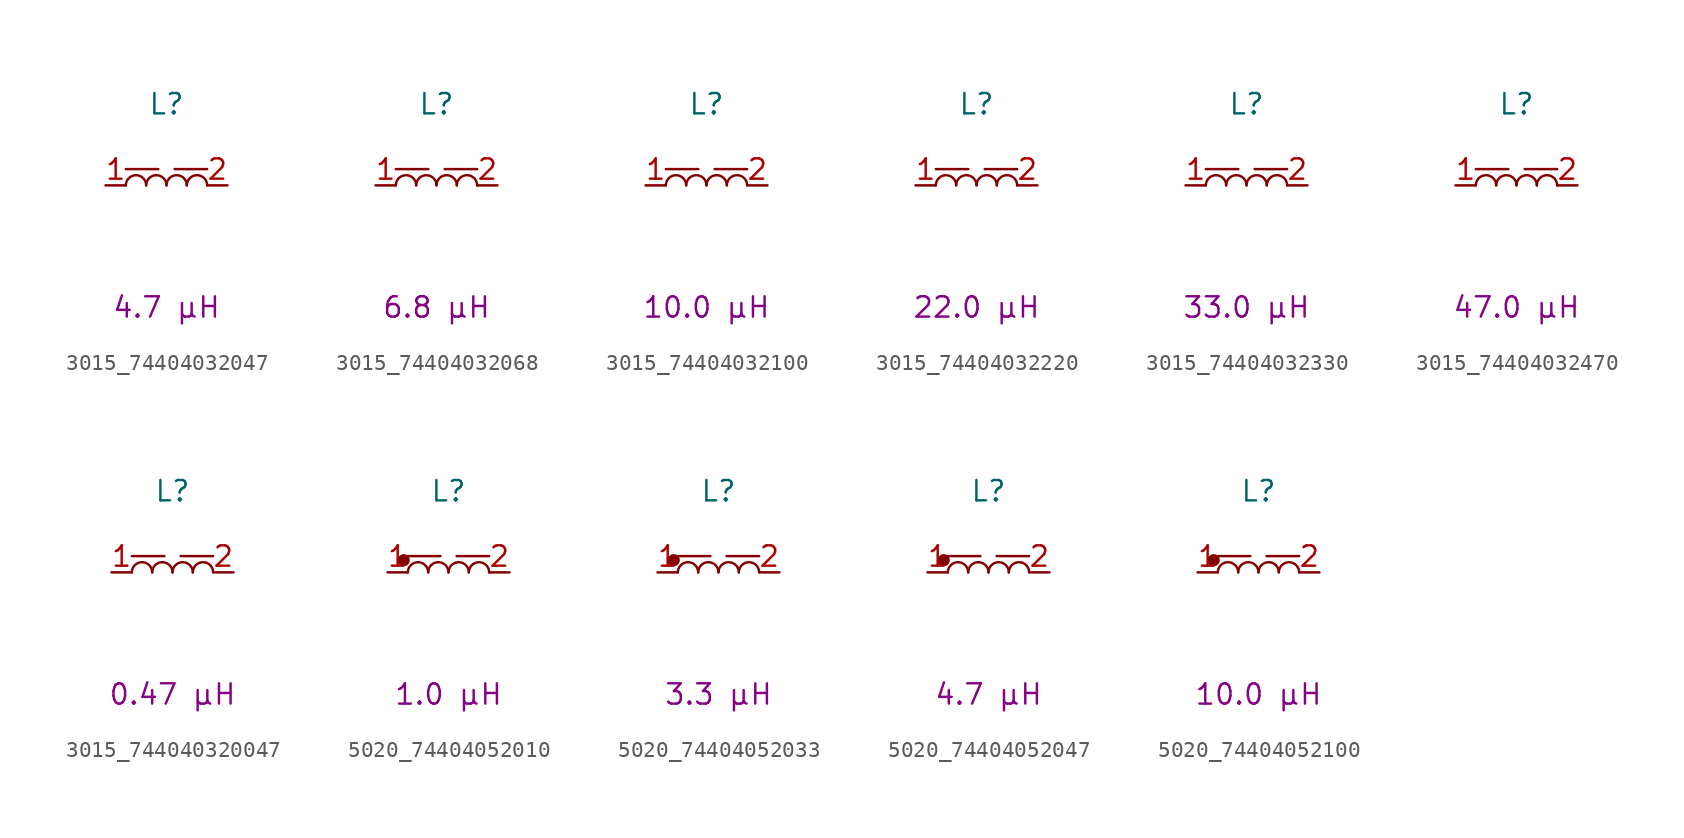
<source format=kicad_sym>
(kicad_symbol_lib
  (version 20220914)
  (generator kicad_symbol_editor)
  (symbol "3015_74404032047"
    (pin_names hide)
    (property "Reference" "L"
      (at 0 5.08 0)
      (effects (font (size 1.27 1.27))))
    (property "Critical Parameter" "4.7 µH"
      (at 0 -7.62 0)
      (effects (font (size 1.27 1.27))))
    (symbol "3015_74404032047_0_1"
      (arc (start -1.27 0) (mid -1.905 0.6323) (end -2.54 0) (stroke (width 0) (type default)) (fill (type none)))
      (arc (start 0 0) (mid -0.635 0.6323) (end -1.27 0) (stroke (width 0) (type default)) (fill (type none)))
      (polyline (pts (xy -2.54 1.016) (xy -0.508 1.016)) (stroke (width 0) (type default)) (fill (type none)))
      (arc (start 1.27 0) (mid 0.635 0.6323) (end 0 0) (stroke (width 0) (type default)) (fill (type none)))
      (arc (start 2.54 0) (mid 1.905 0.6323) (end 1.27 0) (stroke (width 0) (type default)) (fill (type none))))
    (symbol "3015_74404032047_1_1"
      (polyline (pts (xy 2.54 1.016) (xy 0.508 1.016)) (stroke (width 0) (type default)) (fill (type none)))
      (pin passive line (at -3.81 0 0) (length 1.27) (name "1" (effects (font (size 1.27 1.27)))) (number "1" (effects (font (size 1.27 1.27)))))
      (pin passive line (at 3.81 0 180) (length 1.27) (name "2" (effects (font (size 1.27 1.27)))) (number "2" (effects (font (size 1.27 1.27)))))))
  (symbol "3015_74404032068"
    (pin_names hide)
    (property "Reference" "L"
      (at 0 5.08 0)
      (effects (font (size 1.27 1.27))))
    (property "Critical Parameter" "6.8 µH"
      (at 0 -7.62 0)
      (effects (font (size 1.27 1.27))))
    (symbol "3015_74404032068_0_1"
      (arc (start -1.27 0) (mid -1.905 0.6323) (end -2.54 0) (stroke (width 0) (type default)) (fill (type none)))
      (arc (start 0 0) (mid -0.635 0.6323) (end -1.27 0) (stroke (width 0) (type default)) (fill (type none)))
      (polyline (pts (xy -2.54 1.016) (xy -0.508 1.016)) (stroke (width 0) (type default)) (fill (type none)))
      (arc (start 1.27 0) (mid 0.635 0.6323) (end 0 0) (stroke (width 0) (type default)) (fill (type none)))
      (arc (start 2.54 0) (mid 1.905 0.6323) (end 1.27 0) (stroke (width 0) (type default)) (fill (type none))))
    (symbol "3015_74404032068_1_1"
      (polyline (pts (xy 2.54 1.016) (xy 0.508 1.016)) (stroke (width 0) (type default)) (fill (type none)))
      (pin passive line (at -3.81 0 0) (length 1.27) (name "1" (effects (font (size 1.27 1.27)))) (number "1" (effects (font (size 1.27 1.27)))))
      (pin passive line (at 3.81 0 180) (length 1.27) (name "2" (effects (font (size 1.27 1.27)))) (number "2" (effects (font (size 1.27 1.27)))))))
  (symbol "3015_74404032100"
    (pin_names hide)
    (property "Reference" "L"
      (at 0 5.08 0)
      (effects (font (size 1.27 1.27))))
    (property "Critical Parameter" "10.0 µH"
      (at 0 -7.62 0)
      (effects (font (size 1.27 1.27))))
    (symbol "3015_74404032100_0_1"
      (arc (start -1.27 0) (mid -1.905 0.6323) (end -2.54 0) (stroke (width 0) (type default)) (fill (type none)))
      (arc (start 0 0) (mid -0.635 0.6323) (end -1.27 0) (stroke (width 0) (type default)) (fill (type none)))
      (polyline (pts (xy -2.54 1.016) (xy -0.508 1.016)) (stroke (width 0) (type default)) (fill (type none)))
      (arc (start 1.27 0) (mid 0.635 0.6323) (end 0 0) (stroke (width 0) (type default)) (fill (type none)))
      (arc (start 2.54 0) (mid 1.905 0.6323) (end 1.27 0) (stroke (width 0) (type default)) (fill (type none))))
    (symbol "3015_74404032100_1_1"
      (polyline (pts (xy 2.54 1.016) (xy 0.508 1.016)) (stroke (width 0) (type default)) (fill (type none)))
      (pin passive line (at -3.81 0 0) (length 1.27) (name "1" (effects (font (size 1.27 1.27)))) (number "1" (effects (font (size 1.27 1.27)))))
      (pin passive line (at 3.81 0 180) (length 1.27) (name "2" (effects (font (size 1.27 1.27)))) (number "2" (effects (font (size 1.27 1.27)))))))
  (symbol "3015_74404032220"
    (pin_names hide)
    (property "Reference" "L"
      (at 0 5.08 0)
      (effects (font (size 1.27 1.27))))
    (property "Critical Parameter" "22.0 µH"
      (at 0 -7.62 0)
      (effects (font (size 1.27 1.27))))
    (symbol "3015_74404032220_0_1"
      (arc (start -1.27 0) (mid -1.905 0.6323) (end -2.54 0) (stroke (width 0) (type default)) (fill (type none)))
      (arc (start 0 0) (mid -0.635 0.6323) (end -1.27 0) (stroke (width 0) (type default)) (fill (type none)))
      (polyline (pts (xy -2.54 1.016) (xy -0.508 1.016)) (stroke (width 0) (type default)) (fill (type none)))
      (arc (start 1.27 0) (mid 0.635 0.6323) (end 0 0) (stroke (width 0) (type default)) (fill (type none)))
      (arc (start 2.54 0) (mid 1.905 0.6323) (end 1.27 0) (stroke (width 0) (type default)) (fill (type none))))
    (symbol "3015_74404032220_1_1"
      (polyline (pts (xy 2.54 1.016) (xy 0.508 1.016)) (stroke (width 0) (type default)) (fill (type none)))
      (pin passive line (at -3.81 0 0) (length 1.27) (name "1" (effects (font (size 1.27 1.27)))) (number "1" (effects (font (size 1.27 1.27)))))
      (pin passive line (at 3.81 0 180) (length 1.27) (name "2" (effects (font (size 1.27 1.27)))) (number "2" (effects (font (size 1.27 1.27)))))))
  (symbol "3015_74404032330"
    (pin_names hide)
    (property "Reference" "L"
      (at 0 5.08 0)
      (effects (font (size 1.27 1.27))))
    (property "Critical Parameter" "33.0 µH"
      (at 0 -7.62 0)
      (effects (font (size 1.27 1.27))))
    (symbol "3015_74404032330_0_1"
      (arc (start -1.27 0) (mid -1.905 0.6323) (end -2.54 0) (stroke (width 0) (type default)) (fill (type none)))
      (arc (start 0 0) (mid -0.635 0.6323) (end -1.27 0) (stroke (width 0) (type default)) (fill (type none)))
      (polyline (pts (xy -2.54 1.016) (xy -0.508 1.016)) (stroke (width 0) (type default)) (fill (type none)))
      (arc (start 1.27 0) (mid 0.635 0.6323) (end 0 0) (stroke (width 0) (type default)) (fill (type none)))
      (arc (start 2.54 0) (mid 1.905 0.6323) (end 1.27 0) (stroke (width 0) (type default)) (fill (type none))))
    (symbol "3015_74404032330_1_1"
      (polyline (pts (xy 2.54 1.016) (xy 0.508 1.016)) (stroke (width 0) (type default)) (fill (type none)))
      (pin passive line (at -3.81 0 0) (length 1.27) (name "1" (effects (font (size 1.27 1.27)))) (number "1" (effects (font (size 1.27 1.27)))))
      (pin passive line (at 3.81 0 180) (length 1.27) (name "2" (effects (font (size 1.27 1.27)))) (number "2" (effects (font (size 1.27 1.27)))))))
  (symbol "3015_74404032470"
    (pin_names hide)
    (property "Reference" "L"
      (at 0 5.08 0)
      (effects (font (size 1.27 1.27))))
    (property "Critical Parameter" "47.0 µH"
      (at 0 -7.62 0)
      (effects (font (size 1.27 1.27))))
    (symbol "3015_74404032470_0_1"
      (arc (start -1.27 0) (mid -1.905 0.6323) (end -2.54 0) (stroke (width 0) (type default)) (fill (type none)))
      (arc (start 0 0) (mid -0.635 0.6323) (end -1.27 0) (stroke (width 0) (type default)) (fill (type none)))
      (polyline (pts (xy -2.54 1.016) (xy -0.508 1.016)) (stroke (width 0) (type default)) (fill (type none)))
      (arc (start 1.27 0) (mid 0.635 0.6323) (end 0 0) (stroke (width 0) (type default)) (fill (type none)))
      (arc (start 2.54 0) (mid 1.905 0.6323) (end 1.27 0) (stroke (width 0) (type default)) (fill (type none))))
    (symbol "3015_74404032470_1_1"
      (polyline (pts (xy 2.54 1.016) (xy 0.508 1.016)) (stroke (width 0) (type default)) (fill (type none)))
      (pin passive line (at -3.81 0 0) (length 1.27) (name "1" (effects (font (size 1.27 1.27)))) (number "1" (effects (font (size 1.27 1.27)))))
      (pin passive line (at 3.81 0 180) (length 1.27) (name "2" (effects (font (size 1.27 1.27)))) (number "2" (effects (font (size 1.27 1.27)))))))
  (symbol "3015_744040320047"
    (pin_names hide)
    (property "Reference" "L"
      (at 0 5.08 0)
      (effects (font (size 1.27 1.27))))
    (property "Critical Parameter" "0.47 µH"
      (at 0 -7.62 0)
      (effects (font (size 1.27 1.27))))
    (symbol "3015_744040320047_0_1"
      (arc (start -1.27 0) (mid -1.905 0.6323) (end -2.54 0) (stroke (width 0) (type default)) (fill (type none)))
      (arc (start 0 0) (mid -0.635 0.6323) (end -1.27 0) (stroke (width 0) (type default)) (fill (type none)))
      (polyline (pts (xy -2.54 1.016) (xy -0.508 1.016)) (stroke (width 0) (type default)) (fill (type none)))
      (arc (start 1.27 0) (mid 0.635 0.6323) (end 0 0) (stroke (width 0) (type default)) (fill (type none)))
      (arc (start 2.54 0) (mid 1.905 0.6323) (end 1.27 0) (stroke (width 0) (type default)) (fill (type none))))
    (symbol "3015_744040320047_1_1"
      (polyline (pts (xy 2.54 1.016) (xy 0.508 1.016)) (stroke (width 0) (type default)) (fill (type none)))
      (pin passive line (at -3.81 0 0) (length 1.27) (name "1" (effects (font (size 1.27 1.27)))) (number "1" (effects (font (size 1.27 1.27)))))
      (pin passive line (at 3.81 0 180) (length 1.27) (name "2" (effects (font (size 1.27 1.27)))) (number "2" (effects (font (size 1.27 1.27)))))))
  (symbol "5020_74404052010"
    (pin_names hide)
    (property "Reference" "L"
      (at 0 5.08 0)
      (effects (font (size 1.27 1.27))))
    (property "Critical Parameter" "1.0 µH"
      (at 0 -7.62 0)
      (effects (font (size 1.27 1.27))))
    (symbol "5020_74404052010_0_1"
      (arc (start -1.27 0) (mid -1.905 0.6323) (end -2.54 0) (stroke (width 0) (type default)) (fill (type none)))
      (arc (start 0 0) (mid -0.635 0.6323) (end -1.27 0) (stroke (width 0) (type default)) (fill (type none)))
      (polyline (pts (xy -2.54 1.016) (xy -0.508 1.016)) (stroke (width 0) (type default)) (fill (type none)))
      (arc (start 1.27 0) (mid 0.635 0.6323) (end 0 0) (stroke (width 0) (type default)) (fill (type none)))
      (arc (start 2.54 0) (mid 1.905 0.6323) (end 1.27 0) (stroke (width 0) (type default)) (fill (type none))))
    (symbol "5020_74404052010_1_1"
      (circle (center -2.794 0.762) (radius 0.0001) (stroke (width 0.381) (type default)) (fill (type none)))
      (polyline (pts (xy 2.54 1.016) (xy 0.508 1.016)) (stroke (width 0) (type default)) (fill (type none)))
      (pin passive line (at -3.81 0 0) (length 1.27) (name "1" (effects (font (size 1.27 1.27)))) (number "1" (effects (font (size 1.27 1.27)))))
      (pin passive line (at 3.81 0 180) (length 1.27) (name "2" (effects (font (size 1.27 1.27)))) (number "2" (effects (font (size 1.27 1.27)))))))
  (symbol "5020_74404052033"
    (pin_names hide)
    (property "Reference" "L"
      (at 0 5.08 0)
      (effects (font (size 1.27 1.27))))
    (property "Critical Parameter" "3.3 µH"
      (at 0 -7.62 0)
      (effects (font (size 1.27 1.27))))
    (symbol "5020_74404052033_0_1"
      (arc (start -1.27 0) (mid -1.905 0.6323) (end -2.54 0) (stroke (width 0) (type default)) (fill (type none)))
      (arc (start 0 0) (mid -0.635 0.6323) (end -1.27 0) (stroke (width 0) (type default)) (fill (type none)))
      (polyline (pts (xy -2.54 1.016) (xy -0.508 1.016)) (stroke (width 0) (type default)) (fill (type none)))
      (arc (start 1.27 0) (mid 0.635 0.6323) (end 0 0) (stroke (width 0) (type default)) (fill (type none)))
      (arc (start 2.54 0) (mid 1.905 0.6323) (end 1.27 0) (stroke (width 0) (type default)) (fill (type none))))
    (symbol "5020_74404052033_1_1"
      (circle (center -2.794 0.762) (radius 0.0001) (stroke (width 0.381) (type default)) (fill (type none)))
      (polyline (pts (xy 2.54 1.016) (xy 0.508 1.016)) (stroke (width 0) (type default)) (fill (type none)))
      (pin passive line (at -3.81 0 0) (length 1.27) (name "1" (effects (font (size 1.27 1.27)))) (number "1" (effects (font (size 1.27 1.27)))))
      (pin passive line (at 3.81 0 180) (length 1.27) (name "2" (effects (font (size 1.27 1.27)))) (number "2" (effects (font (size 1.27 1.27)))))))
  (symbol "5020_74404052047"
    (pin_names hide)
    (property "Reference" "L"
      (at 0 5.08 0)
      (effects (font (size 1.27 1.27))))
    (property "Critical Parameter" "4.7 µH"
      (at 0 -7.62 0)
      (effects (font (size 1.27 1.27))))
    (symbol "5020_74404052047_0_1"
      (arc (start -1.27 0) (mid -1.905 0.6323) (end -2.54 0) (stroke (width 0) (type default)) (fill (type none)))
      (arc (start 0 0) (mid -0.635 0.6323) (end -1.27 0) (stroke (width 0) (type default)) (fill (type none)))
      (polyline (pts (xy -2.54 1.016) (xy -0.508 1.016)) (stroke (width 0) (type default)) (fill (type none)))
      (arc (start 1.27 0) (mid 0.635 0.6323) (end 0 0) (stroke (width 0) (type default)) (fill (type none)))
      (arc (start 2.54 0) (mid 1.905 0.6323) (end 1.27 0) (stroke (width 0) (type default)) (fill (type none))))
    (symbol "5020_74404052047_1_1"
      (circle (center -2.794 0.762) (radius 0.0001) (stroke (width 0.381) (type default)) (fill (type none)))
      (polyline (pts (xy 2.54 1.016) (xy 0.508 1.016)) (stroke (width 0) (type default)) (fill (type none)))
      (pin passive line (at -3.81 0 0) (length 1.27) (name "1" (effects (font (size 1.27 1.27)))) (number "1" (effects (font (size 1.27 1.27)))))
      (pin passive line (at 3.81 0 180) (length 1.27) (name "2" (effects (font (size 1.27 1.27)))) (number "2" (effects (font (size 1.27 1.27)))))))
  (symbol "5020_74404052100"
    (pin_names hide)
    (property "Reference" "L"
      (at 0 5.08 0)
      (effects (font (size 1.27 1.27))))
    (property "Critical Parameter" "10.0 µH"
      (at 0 -7.62 0)
      (effects (font (size 1.27 1.27))))
    (symbol "5020_74404052100_0_1"
      (arc (start -1.27 0) (mid -1.905 0.6323) (end -2.54 0) (stroke (width 0) (type default)) (fill (type none)))
      (arc (start 0 0) (mid -0.635 0.6323) (end -1.27 0) (stroke (width 0) (type default)) (fill (type none)))
      (polyline (pts (xy -2.54 1.016) (xy -0.508 1.016)) (stroke (width 0) (type default)) (fill (type none)))
      (arc (start 1.27 0) (mid 0.635 0.6323) (end 0 0) (stroke (width 0) (type default)) (fill (type none)))
      (arc (start 2.54 0) (mid 1.905 0.6323) (end 1.27 0) (stroke (width 0) (type default)) (fill (type none))))
    (symbol "5020_74404052100_1_1"
      (circle (center -2.794 0.762) (radius 0.0001) (stroke (width 0.381) (type default)) (fill (type none)))
      (polyline (pts (xy 2.54 1.016) (xy 0.508 1.016)) (stroke (width 0) (type default)) (fill (type none)))
      (pin passive line (at -3.81 0 0) (length 1.27) (name "1" (effects (font (size 1.27 1.27)))) (number "1" (effects (font (size 1.27 1.27)))))
      (pin passive line (at 3.81 0 180) (length 1.27) (name "2" (effects (font (size 1.27 1.27)))) (number "2" (effects (font (size 1.27 1.27))))))))
</source>
